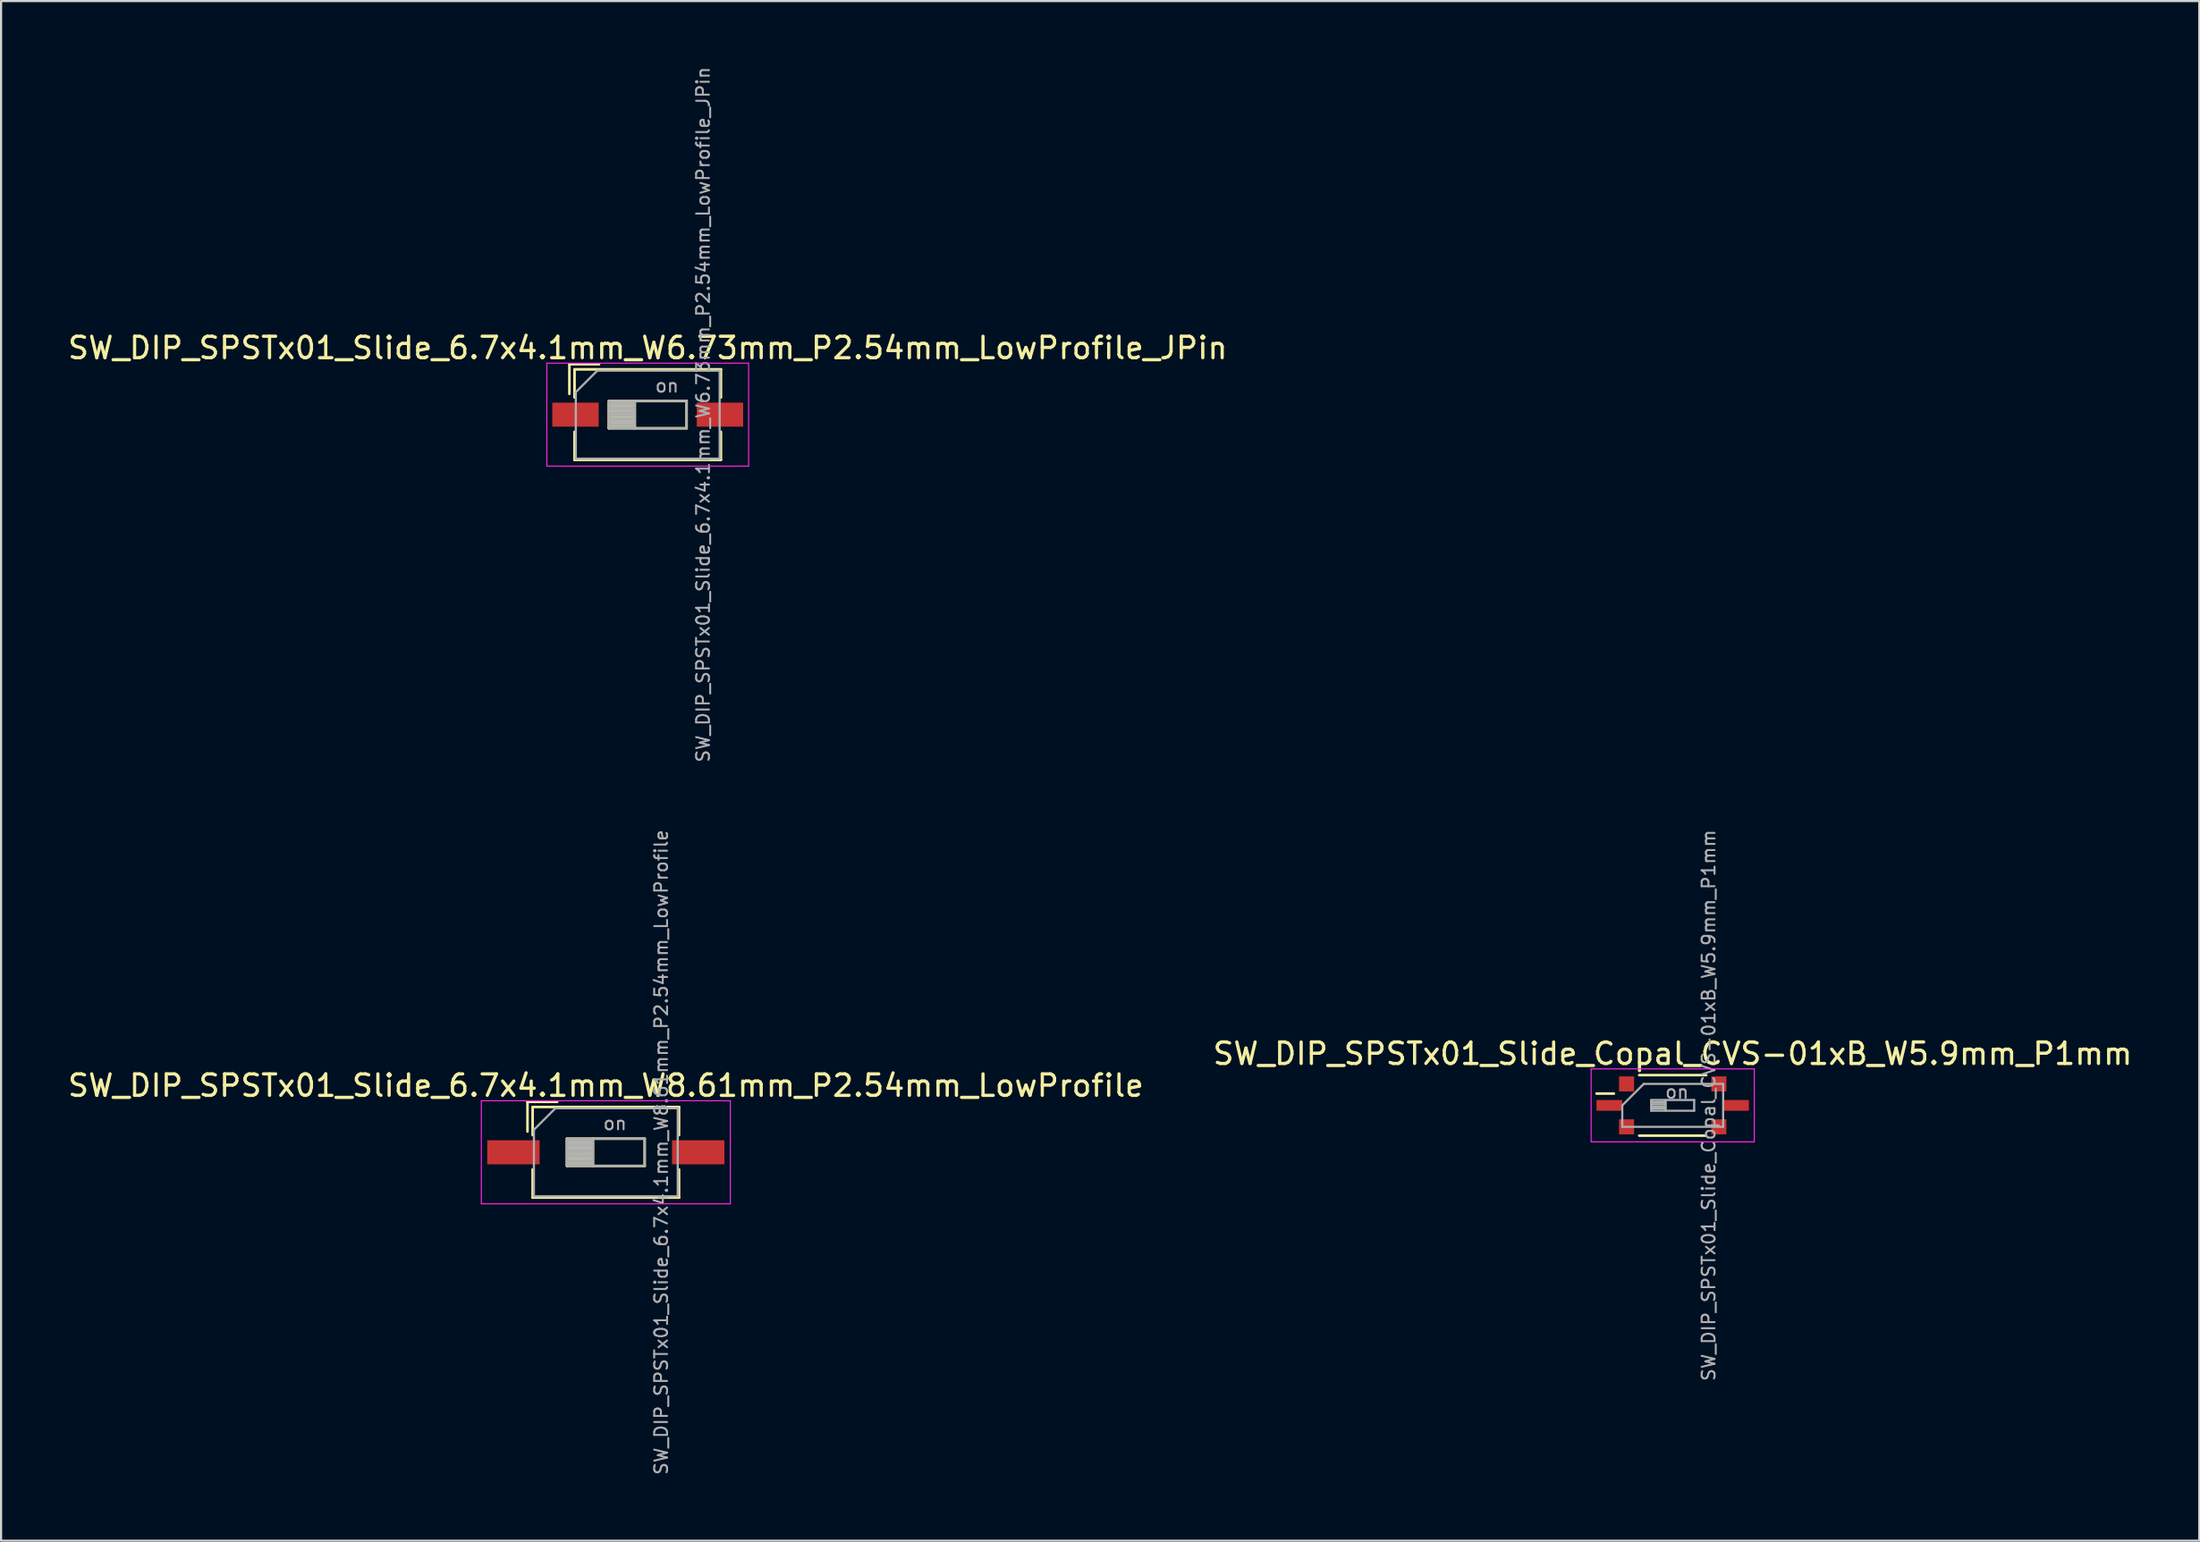
<source format=kicad_pcb>
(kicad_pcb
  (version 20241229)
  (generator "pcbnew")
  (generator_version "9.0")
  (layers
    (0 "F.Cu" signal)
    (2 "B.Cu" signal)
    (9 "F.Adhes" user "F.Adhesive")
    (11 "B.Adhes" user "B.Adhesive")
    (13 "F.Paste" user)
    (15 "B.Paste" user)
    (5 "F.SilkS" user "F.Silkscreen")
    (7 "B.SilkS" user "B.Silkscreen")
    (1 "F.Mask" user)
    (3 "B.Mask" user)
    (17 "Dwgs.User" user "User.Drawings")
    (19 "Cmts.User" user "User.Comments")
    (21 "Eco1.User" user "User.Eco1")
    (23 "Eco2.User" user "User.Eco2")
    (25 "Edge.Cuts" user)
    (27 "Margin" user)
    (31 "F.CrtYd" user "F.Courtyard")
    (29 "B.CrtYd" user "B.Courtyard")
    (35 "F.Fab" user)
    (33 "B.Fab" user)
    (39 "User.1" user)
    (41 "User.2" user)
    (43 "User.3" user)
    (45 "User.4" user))
  (footprint "SW_DIP_SPSTx01_Slide_6.7x4.1mm_W6.73mm_P2.54mm_LowProfile_JPin"
    (layer "F.Cu")
    (at 27.125 16.275)
    (property "Reference" "SW_DIP_SPSTx01_Slide_6.7x4.1mm_W6.73mm_P2.54mm_LowProfile_JPin" (at 0 -3.11 0) (layer "F.SilkS") (effects (font (size 1 1) (thickness 0.15))))
    (attr smd)
    (fp_line (start -3.65 -2.35) (end -3.65 -0.967) (stroke (width 0.12) (type solid)) (layer "F.SilkS"))
    (fp_line (start -3.65 -2.35) (end -2.267 -2.35) (stroke (width 0.12) (type solid)) (layer "F.SilkS"))
    (fp_line (start -3.41 -2.11) (end -3.41 -0.8) (stroke (width 0.12) (type solid)) (layer "F.SilkS"))
    (fp_line (start -3.41 -2.11) (end 3.41 -2.11) (stroke (width 0.12) (type solid)) (layer "F.SilkS"))
    (fp_line (start -3.41 0.8) (end -3.41 2.11) (stroke (width 0.12) (type solid)) (layer "F.SilkS"))
    (fp_line (start -3.41 2.11) (end 3.41 2.11) (stroke (width 0.12) (type solid)) (layer "F.SilkS"))
    (fp_line (start -1.81 -0.635) (end -1.81 0.635) (stroke (width 0.12) (type solid)) (layer "F.SilkS"))
    (fp_line (start -1.81 -0.515) (end -0.603 -0.515) (stroke (width 0.12) (type solid)) (layer "F.SilkS"))
    (fp_line (start -1.81 -0.395) (end -0.603 -0.395) (stroke (width 0.12) (type solid)) (layer "F.SilkS"))
    (fp_line (start -1.81 -0.275) (end -0.603 -0.275) (stroke (width 0.12) (type solid)) (layer "F.SilkS"))
    (fp_line (start -1.81 -0.155) (end -0.603 -0.155) (stroke (width 0.12) (type solid)) (layer "F.SilkS"))
    (fp_line (start -1.81 -0.035) (end -0.603 -0.035) (stroke (width 0.12) (type solid)) (layer "F.SilkS"))
    (fp_line (start -1.81 0.085) (end -0.603 0.085) (stroke (width 0.12) (type solid)) (layer "F.SilkS"))
    (fp_line (start -1.81 0.205) (end -0.603 0.205) (stroke (width 0.12) (type solid)) (layer "F.SilkS"))
    (fp_line (start -1.81 0.325) (end -0.603 0.325) (stroke (width 0.12) (type solid)) (layer "F.SilkS"))
    (fp_line (start -1.81 0.445) (end -0.603 0.445) (stroke (width 0.12) (type solid)) (layer "F.SilkS"))
    (fp_line (start -1.81 0.565) (end -0.603 0.565) (stroke (width 0.12) (type solid)) (layer "F.SilkS"))
    (fp_line (start -1.81 0.635) (end 1.81 0.635) (stroke (width 0.12) (type solid)) (layer "F.SilkS"))
    (fp_line (start -0.603 -0.635) (end -0.603 0.635) (stroke (width 0.12) (type solid)) (layer "F.SilkS"))
    (fp_line (start 1.81 -0.635) (end -1.81 -0.635) (stroke (width 0.12) (type solid)) (layer "F.SilkS"))
    (fp_line (start 1.81 0.635) (end 1.81 -0.635) (stroke (width 0.12) (type solid)) (layer "F.SilkS"))
    (fp_line (start 3.41 -2.11) (end 3.41 -0.8) (stroke (width 0.12) (type solid)) (layer "F.SilkS"))
    (fp_line (start 3.41 0.8) (end 3.41 2.11) (stroke (width 0.12) (type solid)) (layer "F.SilkS"))
    (fp_line (start -4.7 -2.4) (end -4.7 2.4) (stroke (width 0.05) (type solid)) (layer "F.CrtYd"))
    (fp_line (start -4.7 2.4) (end 4.7 2.4) (stroke (width 0.05) (type solid)) (layer "F.CrtYd"))
    (fp_line (start 4.7 -2.4) (end -4.7 -2.4) (stroke (width 0.05) (type solid)) (layer "F.CrtYd"))
    (fp_line (start 4.7 2.4) (end 4.7 -2.4) (stroke (width 0.05) (type solid)) (layer "F.CrtYd"))
    (fp_line (start -3.35 -1.05) (end -2.35 -2.05) (stroke (width 0.1) (type solid)) (layer "F.Fab"))
    (fp_line (start -3.35 2.05) (end -3.35 -1.05) (stroke (width 0.1) (type solid)) (layer "F.Fab"))
    (fp_line (start -2.35 -2.05) (end 3.35 -2.05) (stroke (width 0.1) (type solid)) (layer "F.Fab"))
    (fp_line (start -1.81 -0.635) (end -1.81 0.635) (stroke (width 0.1) (type solid)) (layer "F.Fab"))
    (fp_line (start -1.81 -0.535) (end -0.603 -0.535) (stroke (width 0.1) (type solid)) (layer "F.Fab"))
    (fp_line (start -1.81 -0.435) (end -0.603 -0.435) (stroke (width 0.1) (type solid)) (layer "F.Fab"))
    (fp_line (start -1.81 -0.335) (end -0.603 -0.335) (stroke (width 0.1) (type solid)) (layer "F.Fab"))
    (fp_line (start -1.81 -0.235) (end -0.603 -0.235) (stroke (width 0.1) (type solid)) (layer "F.Fab"))
    (fp_line (start -1.81 -0.135) (end -0.603 -0.135) (stroke (width 0.1) (type solid)) (layer "F.Fab"))
    (fp_line (start -1.81 -0.035) (end -0.603 -0.035) (stroke (width 0.1) (type solid)) (layer "F.Fab"))
    (fp_line (start -1.81 0.065) (end -0.603 0.065) (stroke (width 0.1) (type solid)) (layer "F.Fab"))
    (fp_line (start -1.81 0.165) (end -0.603 0.165) (stroke (width 0.1) (type solid)) (layer "F.Fab"))
    (fp_line (start -1.81 0.265) (end -0.603 0.265) (stroke (width 0.1) (type solid)) (layer "F.Fab"))
    (fp_line (start -1.81 0.365) (end -0.603 0.365) (stroke (width 0.1) (type solid)) (layer "F.Fab"))
    (fp_line (start -1.81 0.465) (end -0.603 0.465) (stroke (width 0.1) (type solid)) (layer "F.Fab"))
    (fp_line (start -1.81 0.565) (end -0.603 0.565) (stroke (width 0.1) (type solid)) (layer "F.Fab"))
    (fp_line (start -1.81 0.635) (end 1.81 0.635) (stroke (width 0.1) (type solid)) (layer "F.Fab"))
    (fp_line (start -0.603 -0.635) (end -0.603 0.635) (stroke (width 0.1) (type solid)) (layer "F.Fab"))
    (fp_line (start 1.81 -0.635) (end -1.81 -0.635) (stroke (width 0.1) (type solid)) (layer "F.Fab"))
    (fp_line (start 1.81 0.635) (end 1.81 -0.635) (stroke (width 0.1) (type solid)) (layer "F.Fab"))
    (fp_line (start 3.35 -2.05) (end 3.35 2.05) (stroke (width 0.1) (type solid)) (layer "F.Fab"))
    (fp_line (start 3.35 2.05) (end -3.35 2.05) (stroke (width 0.1) (type solid)) (layer "F.Fab"))
    (fp_text user "on" (at 0.897 -1.343 0) (layer "F.Fab") (effects (font (size 0.6 0.6) (thickness 0.09))))
    (fp_text user "${REFERENCE}" (at 2.58 0 90) (layer "F.Fab") (effects (font (size 0.6 0.6) (thickness 0.09))))
    (pad "1" smd rect (at -3.365 0) (size 2.16 1.12) (layers "F.Cu" "F.Mask" "F.Paste"))
    (pad "2" smd rect (at 3.365 0) (size 2.16 1.12) (layers "F.Cu" "F.Mask" "F.Paste")))
  (footprint "SW_DIP_SPSTx01_Slide_Copal_CVS-01xB_W5.9mm_P1mm"
    (layer "F.Cu")
    (at 74.875 48.468)
    (property "Reference" "SW_DIP_SPSTx01_Slide_Copal_CVS-01xB_W5.9mm_P1mm" (at 0 -2.41 0) (layer "F.SilkS") (effects (font (size 1 1) (thickness 0.15))))
    (attr smd)
    (fp_line (start -3.55 -0.55) (end -2.739 -0.55) (stroke (width 0.12) (type solid)) (layer "F.SilkS"))
    (fp_line (start -1.56 -1.41) (end 1.561 -1.41) (stroke (width 0.12) (type solid)) (layer "F.SilkS"))
    (fp_line (start -1.56 1.41) (end 1.561 1.41) (stroke (width 0.12) (type solid)) (layer "F.SilkS"))
    (fp_line (start -3.8 -1.7) (end -3.8 1.7) (stroke (width 0.05) (type solid)) (layer "F.CrtYd"))
    (fp_line (start -3.8 1.7) (end 3.8 1.7) (stroke (width 0.05) (type solid)) (layer "F.CrtYd"))
    (fp_line (start 3.8 -1.7) (end -3.8 -1.7) (stroke (width 0.05) (type solid)) (layer "F.CrtYd"))
    (fp_line (start 3.8 1.7) (end 3.8 -1.7) (stroke (width 0.05) (type solid)) (layer "F.CrtYd"))
    (fp_line (start -2.35 0) (end -1.35 -1) (stroke (width 0.1) (type solid)) (layer "F.Fab"))
    (fp_line (start -2.35 1) (end -2.35 0) (stroke (width 0.1) (type solid)) (layer "F.Fab"))
    (fp_line (start -1.35 -1) (end 2.35 -1) (stroke (width 0.1) (type solid)) (layer "F.Fab"))
    (fp_line (start -1 -0.25) (end -1 0.25) (stroke (width 0.1) (type solid)) (layer "F.Fab"))
    (fp_line (start -1 -0.15) (end -0.333 -0.15) (stroke (width 0.1) (type solid)) (layer "F.Fab"))
    (fp_line (start -1 -0.05) (end -0.333 -0.05) (stroke (width 0.1) (type solid)) (layer "F.Fab"))
    (fp_line (start -1 0.05) (end -0.333 0.05) (stroke (width 0.1) (type solid)) (layer "F.Fab"))
    (fp_line (start -1 0.15) (end -0.333 0.15) (stroke (width 0.1) (type solid)) (layer "F.Fab"))
    (fp_line (start -1 0.25) (end 1 0.25) (stroke (width 0.1) (type solid)) (layer "F.Fab"))
    (fp_line (start -0.333 -0.25) (end -0.333 0.25) (stroke (width 0.1) (type solid)) (layer "F.Fab"))
    (fp_line (start 1 -0.25) (end -1 -0.25) (stroke (width 0.1) (type solid)) (layer "F.Fab"))
    (fp_line (start 1 0.25) (end 1 -0.25) (stroke (width 0.1) (type solid)) (layer "F.Fab"))
    (fp_line (start 2.35 -1) (end 2.35 1) (stroke (width 0.1) (type solid)) (layer "F.Fab"))
    (fp_line (start 2.35 1) (end -2.35 1) (stroke (width 0.1) (type solid)) (layer "F.Fab"))
    (fp_text user "on" (at 0.2 -0.625 0) (layer "F.Fab") (effects (font (size 0.6 0.6) (thickness 0.09))))
    (fp_text user "${REFERENCE}" (at 1.675 0 90) (layer "F.Fab") (effects (font (size 0.6 0.6) (thickness 0.09))))
    (pad "1" smd rect (at -2.95 0) (size 1.2 0.5) (layers "F.Cu" "F.Mask" "F.Paste"))
    (pad "2" smd rect (at 2.95 0) (size 1.2 0.5) (layers "F.Cu" "F.Mask" "F.Paste"))
    (pad "3" smd rect (at -2.15 -1) (size 0.7 0.7) (layers "F.Cu" "F.Mask" "F.Paste"))
    (pad "3" smd rect (at -2.15 1) (size 0.7 0.7) (layers "F.Cu" "F.Mask" "F.Paste"))
    (pad "3" smd rect (at 2.15 -1) (size 0.7 0.7) (layers "F.Cu" "F.Mask" "F.Paste"))
    (pad "3" smd rect (at 2.15 1) (size 0.7 0.7) (layers "F.Cu" "F.Mask" "F.Paste")))
  (footprint "SW_DIP_SPSTx01_Slide_6.7x4.1mm_W8.61mm_P2.54mm_LowProfile"
    (layer "F.Cu")
    (at 25.173 50.654)
    (property "Reference" "SW_DIP_SPSTx01_Slide_6.7x4.1mm_W8.61mm_P2.54mm_LowProfile" (at 0 -3.11 0) (layer "F.SilkS") (effects (font (size 1 1) (thickness 0.15))))
    (attr smd)
    (fp_line (start -3.65 -2.35) (end -3.65 -0.967) (stroke (width 0.12) (type solid)) (layer "F.SilkS"))
    (fp_line (start -3.65 -2.35) (end -2.267 -2.35) (stroke (width 0.12) (type solid)) (layer "F.SilkS"))
    (fp_line (start -3.41 -2.11) (end -3.41 -0.8) (stroke (width 0.12) (type solid)) (layer "F.SilkS"))
    (fp_line (start -3.41 -2.11) (end 3.41 -2.11) (stroke (width 0.12) (type solid)) (layer "F.SilkS"))
    (fp_line (start -3.41 0.8) (end -3.41 2.11) (stroke (width 0.12) (type solid)) (layer "F.SilkS"))
    (fp_line (start -3.41 2.11) (end 3.41 2.11) (stroke (width 0.12) (type solid)) (layer "F.SilkS"))
    (fp_line (start -1.81 -0.635) (end -1.81 0.635) (stroke (width 0.12) (type solid)) (layer "F.SilkS"))
    (fp_line (start -1.81 -0.515) (end -0.603 -0.515) (stroke (width 0.12) (type solid)) (layer "F.SilkS"))
    (fp_line (start -1.81 -0.395) (end -0.603 -0.395) (stroke (width 0.12) (type solid)) (layer "F.SilkS"))
    (fp_line (start -1.81 -0.275) (end -0.603 -0.275) (stroke (width 0.12) (type solid)) (layer "F.SilkS"))
    (fp_line (start -1.81 -0.155) (end -0.603 -0.155) (stroke (width 0.12) (type solid)) (layer "F.SilkS"))
    (fp_line (start -1.81 -0.035) (end -0.603 -0.035) (stroke (width 0.12) (type solid)) (layer "F.SilkS"))
    (fp_line (start -1.81 0.085) (end -0.603 0.085) (stroke (width 0.12) (type solid)) (layer "F.SilkS"))
    (fp_line (start -1.81 0.205) (end -0.603 0.205) (stroke (width 0.12) (type solid)) (layer "F.SilkS"))
    (fp_line (start -1.81 0.325) (end -0.603 0.325) (stroke (width 0.12) (type solid)) (layer "F.SilkS"))
    (fp_line (start -1.81 0.445) (end -0.603 0.445) (stroke (width 0.12) (type solid)) (layer "F.SilkS"))
    (fp_line (start -1.81 0.565) (end -0.603 0.565) (stroke (width 0.12) (type solid)) (layer "F.SilkS"))
    (fp_line (start -1.81 0.635) (end 1.81 0.635) (stroke (width 0.12) (type solid)) (layer "F.SilkS"))
    (fp_line (start -0.603 -0.635) (end -0.603 0.635) (stroke (width 0.12) (type solid)) (layer "F.SilkS"))
    (fp_line (start 1.81 -0.635) (end -1.81 -0.635) (stroke (width 0.12) (type solid)) (layer "F.SilkS"))
    (fp_line (start 1.81 0.635) (end 1.81 -0.635) (stroke (width 0.12) (type solid)) (layer "F.SilkS"))
    (fp_line (start 3.41 -2.11) (end 3.41 -0.8) (stroke (width 0.12) (type solid)) (layer "F.SilkS"))
    (fp_line (start 3.41 0.8) (end 3.41 2.11) (stroke (width 0.12) (type solid)) (layer "F.SilkS"))
    (fp_line (start -5.8 -2.4) (end -5.8 2.4) (stroke (width 0.05) (type solid)) (layer "F.CrtYd"))
    (fp_line (start -5.8 2.4) (end 5.8 2.4) (stroke (width 0.05) (type solid)) (layer "F.CrtYd"))
    (fp_line (start 5.8 -2.4) (end -5.8 -2.4) (stroke (width 0.05) (type solid)) (layer "F.CrtYd"))
    (fp_line (start 5.8 2.4) (end 5.8 -2.4) (stroke (width 0.05) (type solid)) (layer "F.CrtYd"))
    (fp_line (start -3.35 -1.05) (end -2.35 -2.05) (stroke (width 0.1) (type solid)) (layer "F.Fab"))
    (fp_line (start -3.35 2.05) (end -3.35 -1.05) (stroke (width 0.1) (type solid)) (layer "F.Fab"))
    (fp_line (start -2.35 -2.05) (end 3.35 -2.05) (stroke (width 0.1) (type solid)) (layer "F.Fab"))
    (fp_line (start -1.81 -0.635) (end -1.81 0.635) (stroke (width 0.1) (type solid)) (layer "F.Fab"))
    (fp_line (start -1.81 -0.535) (end -0.603 -0.535) (stroke (width 0.1) (type solid)) (layer "F.Fab"))
    (fp_line (start -1.81 -0.435) (end -0.603 -0.435) (stroke (width 0.1) (type solid)) (layer "F.Fab"))
    (fp_line (start -1.81 -0.335) (end -0.603 -0.335) (stroke (width 0.1) (type solid)) (layer "F.Fab"))
    (fp_line (start -1.81 -0.235) (end -0.603 -0.235) (stroke (width 0.1) (type solid)) (layer "F.Fab"))
    (fp_line (start -1.81 -0.135) (end -0.603 -0.135) (stroke (width 0.1) (type solid)) (layer "F.Fab"))
    (fp_line (start -1.81 -0.035) (end -0.603 -0.035) (stroke (width 0.1) (type solid)) (layer "F.Fab"))
    (fp_line (start -1.81 0.065) (end -0.603 0.065) (stroke (width 0.1) (type solid)) (layer "F.Fab"))
    (fp_line (start -1.81 0.165) (end -0.603 0.165) (stroke (width 0.1) (type solid)) (layer "F.Fab"))
    (fp_line (start -1.81 0.265) (end -0.603 0.265) (stroke (width 0.1) (type solid)) (layer "F.Fab"))
    (fp_line (start -1.81 0.365) (end -0.603 0.365) (stroke (width 0.1) (type solid)) (layer "F.Fab"))
    (fp_line (start -1.81 0.465) (end -0.603 0.465) (stroke (width 0.1) (type solid)) (layer "F.Fab"))
    (fp_line (start -1.81 0.565) (end -0.603 0.565) (stroke (width 0.1) (type solid)) (layer "F.Fab"))
    (fp_line (start -1.81 0.635) (end 1.81 0.635) (stroke (width 0.1) (type solid)) (layer "F.Fab"))
    (fp_line (start -0.603 -0.635) (end -0.603 0.635) (stroke (width 0.1) (type solid)) (layer "F.Fab"))
    (fp_line (start 1.81 -0.635) (end -1.81 -0.635) (stroke (width 0.1) (type solid)) (layer "F.Fab"))
    (fp_line (start 1.81 0.635) (end 1.81 -0.635) (stroke (width 0.1) (type solid)) (layer "F.Fab"))
    (fp_line (start 3.35 -2.05) (end 3.35 2.05) (stroke (width 0.1) (type solid)) (layer "F.Fab"))
    (fp_line (start 3.35 2.05) (end -3.35 2.05) (stroke (width 0.1) (type solid)) (layer "F.Fab"))
    (fp_text user "on" (at 0.427 -1.343 0) (layer "F.Fab") (effects (font (size 0.6 0.6) (thickness 0.09))))
    (fp_text user "${REFERENCE}" (at 2.58 0 90) (layer "F.Fab") (effects (font (size 0.6 0.6) (thickness 0.09))))
    (pad "1" smd rect (at -4.305 0) (size 2.44 1.12) (layers "F.Cu" "F.Mask" "F.Paste"))
    (pad "2" smd rect (at 4.305 0) (size 2.44 1.12) (layers "F.Cu" "F.Mask" "F.Paste")))
  (gr_rect
    (start -3 -3)
    (end 99.405 68.757)
    (stroke (width 0.1) (type default))
    (fill no)
    (layer "Edge.Cuts")))
</source>
